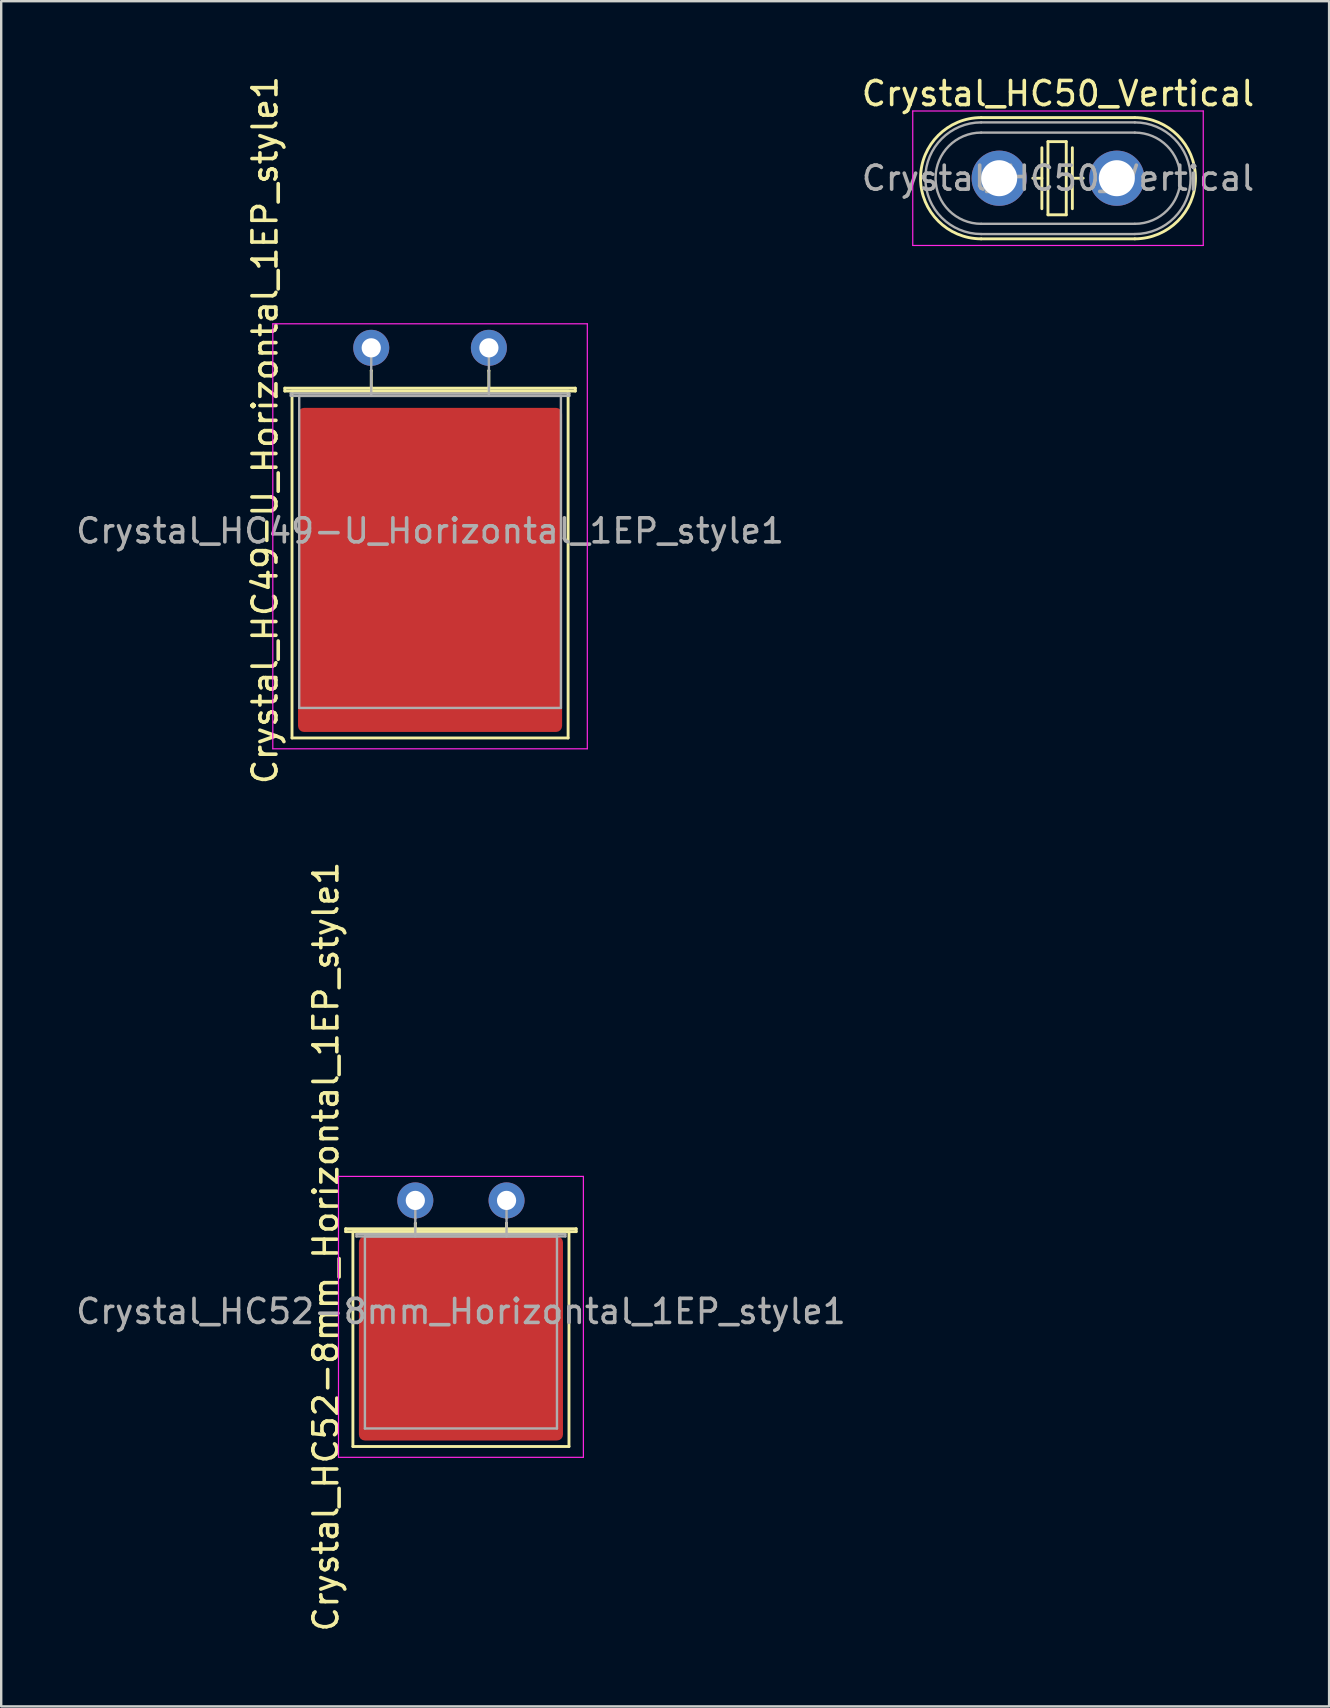
<source format=kicad_pcb>
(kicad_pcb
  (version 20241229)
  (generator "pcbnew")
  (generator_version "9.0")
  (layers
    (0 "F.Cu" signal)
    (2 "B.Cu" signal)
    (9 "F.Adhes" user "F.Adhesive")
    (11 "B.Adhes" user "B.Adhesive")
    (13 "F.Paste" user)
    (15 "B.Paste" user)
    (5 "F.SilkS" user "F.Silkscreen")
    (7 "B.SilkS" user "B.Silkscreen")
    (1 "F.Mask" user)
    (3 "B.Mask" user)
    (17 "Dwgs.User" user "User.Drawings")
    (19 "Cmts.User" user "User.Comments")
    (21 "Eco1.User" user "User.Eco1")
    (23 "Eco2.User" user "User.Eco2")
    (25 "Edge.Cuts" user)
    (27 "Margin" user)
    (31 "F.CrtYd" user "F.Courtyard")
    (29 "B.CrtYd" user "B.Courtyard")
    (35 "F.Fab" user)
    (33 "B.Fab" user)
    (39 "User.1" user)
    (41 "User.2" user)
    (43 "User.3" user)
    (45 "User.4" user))
  (footprint "Crystal_HC50_Vertical"
    (layer "F.Cu")
    (at 38.568 4.373)
    (property "Reference" "Crystal_HC50_Vertical" (at 2.45 -3.525 0) (layer "F.SilkS") (effects (font (size 1 1) (thickness 0.15))))
    (attr through_hole)
    (fp_line (start -0.75 -2.525) (end 5.65 -2.525) (stroke (width 0.12) (type solid)) (layer "F.SilkS"))
    (fp_line (start -0.75 2.525) (end 5.65 2.525) (stroke (width 0.12) (type solid)) (layer "F.SilkS"))
    (fp_line (start 1.4 0) (end 1.778 0) (stroke (width 0.12) (type solid)) (layer "F.SilkS"))
    (fp_line (start 1.778 -1.27) (end 1.778 1.27) (stroke (width 0.12) (type solid)) (layer "F.SilkS"))
    (fp_line (start 2.032 -1.524) (end 2.032 1.524) (stroke (width 0.12) (type solid)) (layer "F.SilkS"))
    (fp_line (start 2.032 1.524) (end 2.794 1.524) (stroke (width 0.12) (type solid)) (layer "F.SilkS"))
    (fp_line (start 2.794 -1.524) (end 2.032 -1.524) (stroke (width 0.12) (type solid)) (layer "F.SilkS"))
    (fp_line (start 2.794 1.524) (end 2.794 -1.524) (stroke (width 0.12) (type solid)) (layer "F.SilkS"))
    (fp_line (start 3.048 -1.27) (end 3.048 1.27) (stroke (width 0.12) (type solid)) (layer "F.SilkS"))
    (fp_line (start 3.5 0) (end 3.048 0) (stroke (width 0.12) (type solid)) (layer "F.SilkS"))
    (fp_arc (start -0.75 2.525) (mid -3.275 0) (end -0.75 -2.525) (stroke (width 0.12) (type solid)) (layer "F.SilkS"))
    (fp_arc (start 5.65 -2.525) (mid 8.175 0) (end 5.65 2.525) (stroke (width 0.12) (type solid)) (layer "F.SilkS"))
    (fp_line (start -3.6 -2.8) (end -3.6 2.8) (stroke (width 0.05) (type solid)) (layer "F.CrtYd"))
    (fp_line (start -3.6 2.8) (end 8.5 2.8) (stroke (width 0.05) (type solid)) (layer "F.CrtYd"))
    (fp_line (start 8.5 -2.8) (end -3.6 -2.8) (stroke (width 0.05) (type solid)) (layer "F.CrtYd"))
    (fp_line (start 8.5 2.8) (end 8.5 -2.8) (stroke (width 0.05) (type solid)) (layer "F.CrtYd"))
    (fp_line (start -0.75 -2.325) (end 5.65 -2.325) (stroke (width 0.1) (type solid)) (layer "F.Fab"))
    (fp_line (start -0.75 -1.9) (end 5.65 -1.9) (stroke (width 0.1) (type solid)) (layer "F.Fab"))
    (fp_line (start -0.75 1.9) (end 5.65 1.9) (stroke (width 0.1) (type solid)) (layer "F.Fab"))
    (fp_line (start -0.75 2.325) (end 5.65 2.325) (stroke (width 0.1) (type solid)) (layer "F.Fab"))
    (fp_arc (start -0.75 1.9) (mid -2.65 0) (end -0.75 -1.9) (stroke (width 0.1) (type solid)) (layer "F.Fab"))
    (fp_arc (start -0.75 2.325) (mid -3.075 0) (end -0.75 -2.325) (stroke (width 0.1) (type solid)) (layer "F.Fab"))
    (fp_arc (start 5.65 -2.325) (mid 7.975 0) (end 5.65 2.325) (stroke (width 0.1) (type solid)) (layer "F.Fab"))
    (fp_arc (start 5.65 -1.9) (mid 7.55 0) (end 5.65 1.9) (stroke (width 0.1) (type solid)) (layer "F.Fab"))
    (fp_text user "${REFERENCE}" (at 2.45 0 0) (layer "F.Fab") (effects (font (size 1 1) (thickness 0.15))))
    (pad "1" thru_hole circle (at 0 0) (size 2.3 2.3) (drill 1.5) (layers "*.Cu" "*.Mask"))
    (pad "2" thru_hole circle (at 4.9 0) (size 2.3 2.3) (drill 1.5) (layers "*.Cu" "*.Mask")))
  (footprint "Crystal_HC52-8mm_Horizontal_1EP_style1"
    (layer "F.Cu")
    (at 14.249 46.95)
    (property "Reference" "Crystal_HC52-8mm_Horizontal_1EP_style1" (at -3.725 1.925 90) (layer "F.SilkS") (effects (font (size 1 1) (thickness 0.15))))
    (attr through_hole)
    (fp_line (start -2.9 1.18) (end 6.7 1.18) (stroke (width 0.12) (type solid)) (layer "F.SilkS"))
    (fp_line (start -2.9 1.3) (end -2.9 1.18) (stroke (width 0.12) (type solid)) (layer "F.SilkS"))
    (fp_line (start -2.6 1.3) (end -2.6 10.25) (stroke (width 0.12) (type solid)) (layer "F.SilkS"))
    (fp_line (start -2.6 10.25) (end 6.4 10.25) (stroke (width 0.12) (type solid)) (layer "F.SilkS"))
    (fp_line (start 0 0.95) (end 0 0.95) (stroke (width 0.12) (type solid)) (layer "F.SilkS"))
    (fp_line (start 0 1.3) (end 0 0.95) (stroke (width 0.12) (type solid)) (layer "F.SilkS"))
    (fp_line (start 3.8 0.95) (end 3.8 0.95) (stroke (width 0.12) (type solid)) (layer "F.SilkS"))
    (fp_line (start 3.8 1.3) (end 3.8 0.95) (stroke (width 0.12) (type solid)) (layer "F.SilkS"))
    (fp_line (start 6.35 1.3) (end -2.55 1.3) (stroke (width 0.12) (type solid)) (layer "F.SilkS"))
    (fp_line (start 6.4 10.25) (end 6.4 1.3) (stroke (width 0.12) (type solid)) (layer "F.SilkS"))
    (fp_line (start 6.7 1.18) (end 6.7 1.3) (stroke (width 0.12) (type solid)) (layer "F.SilkS"))
    (fp_line (start 6.7 1.3) (end -2.9 1.3) (stroke (width 0.12) (type solid)) (layer "F.SilkS"))
    (fp_line (start -3.2 -1) (end -3.2 10.7) (stroke (width 0.05) (type solid)) (layer "F.CrtYd"))
    (fp_line (start -3.2 10.7) (end 7 10.7) (stroke (width 0.05) (type solid)) (layer "F.CrtYd"))
    (fp_line (start 7 -1) (end -3.2 -1) (stroke (width 0.05) (type solid)) (layer "F.CrtYd"))
    (fp_line (start 7 10.7) (end 7 -1) (stroke (width 0.05) (type solid)) (layer "F.CrtYd"))
    (fp_line (start -2.45 1.4) (end 6.25 1.4) (stroke (width 0.1) (type solid)) (layer "F.Fab"))
    (fp_line (start -2.45 1.5) (end -2.45 1.4) (stroke (width 0.1) (type solid)) (layer "F.Fab"))
    (fp_line (start -2.1 1.5) (end -2.1 9.5) (stroke (width 0.1) (type solid)) (layer "F.Fab"))
    (fp_line (start -2.1 9.5) (end 5.9 9.5) (stroke (width 0.1) (type solid)) (layer "F.Fab"))
    (fp_line (start 0 0.75) (end 0 0) (stroke (width 0.1) (type solid)) (layer "F.Fab"))
    (fp_line (start 0 1.5) (end 0 0.75) (stroke (width 0.1) (type solid)) (layer "F.Fab"))
    (fp_line (start 3.8 0.75) (end 3.8 0) (stroke (width 0.1) (type solid)) (layer "F.Fab"))
    (fp_line (start 3.8 1.5) (end 3.8 0.75) (stroke (width 0.1) (type solid)) (layer "F.Fab"))
    (fp_line (start 5.9 1.5) (end -2.1 1.5) (stroke (width 0.1) (type solid)) (layer "F.Fab"))
    (fp_line (start 5.9 9.5) (end 5.9 1.5) (stroke (width 0.1) (type solid)) (layer "F.Fab"))
    (fp_line (start 6.25 1.4) (end 6.25 1.5) (stroke (width 0.1) (type solid)) (layer "F.Fab"))
    (fp_line (start 6.25 1.5) (end -2.45 1.5) (stroke (width 0.1) (type solid)) (layer "F.Fab"))
    (fp_text user "${REFERENCE}" (at 1.9 4.625 0) (layer "F.Fab") (effects (font (size 1 1) (thickness 0.15))))
    (pad "1" thru_hole circle (at 0 0) (size 1.5 1.5) (drill 0.8) (layers "*.Cu" "*.Mask"))
    (pad "2" thru_hole circle (at 3.8 0) (size 1.5 1.5) (drill 0.8) (layers "*.Cu" "*.Mask"))
    (pad "3" smd roundrect (at 1.9 5.75) (size 8.5 8.5) (layers "F.Cu" "F.Mask" "F.Paste") (roundrect_rratio 0.029)))
  (footprint "Crystal_HC49-U_Horizontal_1EP_style1"
    (layer "F.Cu")
    (at 12.413 11.438)
    (property "Reference" "Crystal_HC49-U_Horizontal_1EP_style1" (at -4.425 3.425 90) (layer "F.SilkS") (effects (font (size 1 1) (thickness 0.15))))
    (attr through_hole)
    (fp_line (start -3.6 1.68) (end 8.5 1.68) (stroke (width 0.12) (type solid)) (layer "F.SilkS"))
    (fp_line (start -3.6 1.8) (end -3.6 1.68) (stroke (width 0.12) (type solid)) (layer "F.SilkS"))
    (fp_line (start -3.3 1.8) (end -3.3 16.25) (stroke (width 0.12) (type solid)) (layer "F.SilkS"))
    (fp_line (start -3.3 16.25) (end 8.2 16.25) (stroke (width 0.12) (type solid)) (layer "F.SilkS"))
    (fp_line (start 0 0.95) (end 0 0.95) (stroke (width 0.12) (type solid)) (layer "F.SilkS"))
    (fp_line (start 0 1.8) (end 0 0.95) (stroke (width 0.12) (type solid)) (layer "F.SilkS"))
    (fp_line (start 4.9 0.95) (end 4.9 0.95) (stroke (width 0.12) (type solid)) (layer "F.SilkS"))
    (fp_line (start 4.9 1.8) (end 4.9 0.95) (stroke (width 0.12) (type solid)) (layer "F.SilkS"))
    (fp_line (start 8.15 1.8) (end -3.25 1.8) (stroke (width 0.12) (type solid)) (layer "F.SilkS"))
    (fp_line (start 8.2 16.25) (end 8.2 1.8) (stroke (width 0.12) (type solid)) (layer "F.SilkS"))
    (fp_line (start 8.5 1.68) (end 8.5 1.8) (stroke (width 0.12) (type solid)) (layer "F.SilkS"))
    (fp_line (start 8.5 1.8) (end -3.6 1.8) (stroke (width 0.12) (type solid)) (layer "F.SilkS"))
    (fp_line (start -4.1 -1) (end -4.1 16.7) (stroke (width 0.05) (type solid)) (layer "F.CrtYd"))
    (fp_line (start -4.1 16.7) (end 9 16.7) (stroke (width 0.05) (type solid)) (layer "F.CrtYd"))
    (fp_line (start 9 -1) (end -4.1 -1) (stroke (width 0.05) (type solid)) (layer "F.CrtYd"))
    (fp_line (start 9 16.7) (end 9 -1) (stroke (width 0.05) (type solid)) (layer "F.CrtYd"))
    (fp_line (start -3.35 1.9) (end 8.25 1.9) (stroke (width 0.1) (type solid)) (layer "F.Fab"))
    (fp_line (start -3.35 2) (end -3.35 1.9) (stroke (width 0.1) (type solid)) (layer "F.Fab"))
    (fp_line (start -3 2) (end -3 15) (stroke (width 0.1) (type solid)) (layer "F.Fab"))
    (fp_line (start -3 15) (end 7.9 15) (stroke (width 0.1) (type solid)) (layer "F.Fab"))
    (fp_line (start 0 1) (end 0 0) (stroke (width 0.1) (type solid)) (layer "F.Fab"))
    (fp_line (start 0 2) (end 0 1) (stroke (width 0.1) (type solid)) (layer "F.Fab"))
    (fp_line (start 4.9 1) (end 4.9 0) (stroke (width 0.1) (type solid)) (layer "F.Fab"))
    (fp_line (start 4.9 2) (end 4.9 1) (stroke (width 0.1) (type solid)) (layer "F.Fab"))
    (fp_line (start 7.9 2) (end -3 2) (stroke (width 0.1) (type solid)) (layer "F.Fab"))
    (fp_line (start 7.9 15) (end 7.9 2) (stroke (width 0.1) (type solid)) (layer "F.Fab"))
    (fp_line (start 8.25 1.9) (end 8.25 2) (stroke (width 0.1) (type solid)) (layer "F.Fab"))
    (fp_line (start 8.25 2) (end -3.35 2) (stroke (width 0.1) (type solid)) (layer "F.Fab"))
    (fp_text user "${REFERENCE}" (at 2.45 7.625 0) (layer "F.Fab") (effects (font (size 1 1) (thickness 0.15))))
    (pad "1" thru_hole circle (at 0 0) (size 1.5 1.5) (drill 0.8) (layers "*.Cu" "*.Mask"))
    (pad "2" thru_hole circle (at 4.9 0) (size 1.5 1.5) (drill 0.8) (layers "*.Cu" "*.Mask"))
    (pad "3" smd roundrect (at 2.45 9.25) (size 11 13.5) (layers "F.Cu" "F.Mask" "F.Paste") (roundrect_rratio 0.023)))
  (gr_rect
    (start -3 -3)
    (end 52.31 68.024)
    (stroke (width 0.1) (type default))
    (fill no)
    (layer "Edge.Cuts")))
</source>
